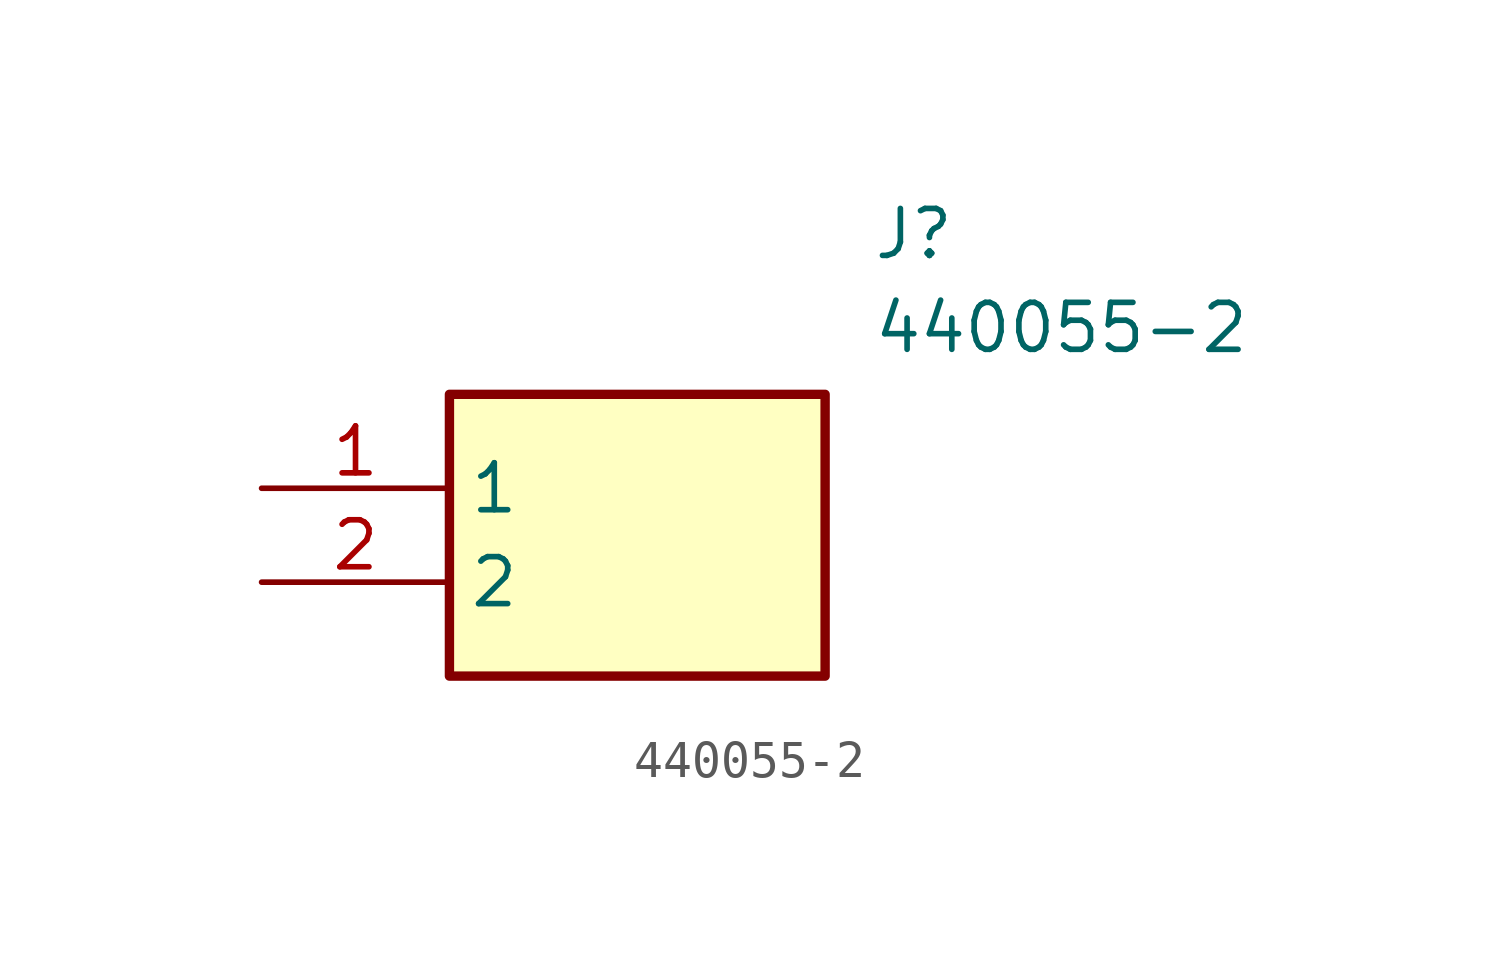
<source format=kicad_sym>
(kicad_symbol_lib
  (version 20211014)
  (generator SamacSys_ECAD_Model)
  (symbol "440055-2"
    (property "Reference" "J"
      (at 16.51 7.62 0)
      (effects (font (size 1.27 1.27)) (justify left top)))
    (property "Value" "440055-2"
      (at 16.51 5.08 0)
      (effects (font (size 1.27 1.27)) (justify left top)))
    (rectangle
      (start 5.08 2.54)
      (end 15.24 -5.08)
      (stroke (width 0.254) (type default))
      (fill (type background)))
    (pin passive line
      (at 0 0 0)
      (length 5.08)
      (name "1" (effects (font (size 1.27 1.27))))
      (number "1" (effects (font (size 1.27 1.27)))))
    (pin passive line
      (at 0 -2.54 0)
      (length 5.08)
      (name "2" (effects (font (size 1.27 1.27))))
      (number "2" (effects (font (size 1.27 1.27)))))))
</source>
